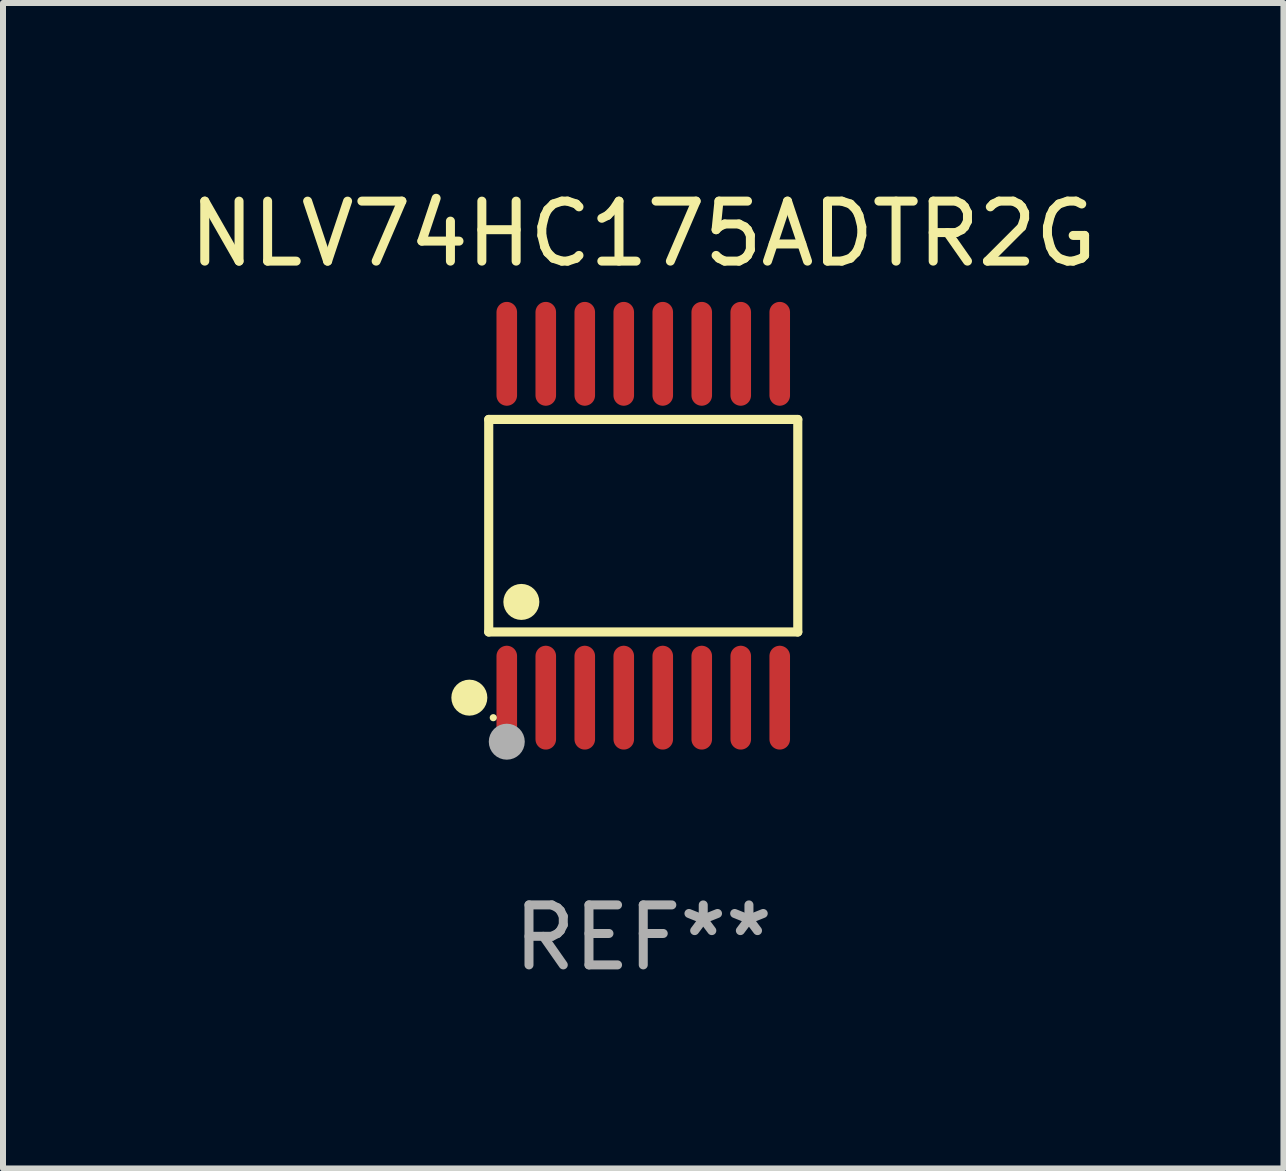
<source format=kicad_pcb>
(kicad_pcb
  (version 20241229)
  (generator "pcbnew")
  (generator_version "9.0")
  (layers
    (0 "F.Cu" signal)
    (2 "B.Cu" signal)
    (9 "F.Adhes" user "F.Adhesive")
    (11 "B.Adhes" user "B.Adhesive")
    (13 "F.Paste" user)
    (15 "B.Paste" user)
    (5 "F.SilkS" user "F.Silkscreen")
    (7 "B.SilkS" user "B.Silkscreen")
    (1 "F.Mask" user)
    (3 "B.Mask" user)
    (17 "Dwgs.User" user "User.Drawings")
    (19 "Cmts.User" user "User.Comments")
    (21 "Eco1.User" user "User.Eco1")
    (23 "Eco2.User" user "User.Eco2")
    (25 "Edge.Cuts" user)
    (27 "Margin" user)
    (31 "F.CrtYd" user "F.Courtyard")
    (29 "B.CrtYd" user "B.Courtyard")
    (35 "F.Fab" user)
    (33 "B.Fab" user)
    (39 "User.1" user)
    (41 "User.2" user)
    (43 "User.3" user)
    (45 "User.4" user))
  (footprint "NLV74HC175ADTR2G"
    (layer "F.Cu")
    (at 7.673 5.714)
    (property "Reference" "NLV74HC175ADTR2G" (at 0 -4.866 0) (layer "F.SilkS") (effects (font (size 1 1) (thickness 0.15))))
    (attr through_hole)
    (fp_line (start -2.576 -1.772) (end 2.576 -1.772) (stroke (width 0.152) (type solid)) (layer "F.SilkS"))
    (fp_line (start -2.576 1.771) (end -2.576 -1.772) (stroke (width 0.152) (type solid)) (layer "F.SilkS"))
    (fp_line (start 2.576 -1.772) (end 2.576 1.771) (stroke (width 0.152) (type solid)) (layer "F.SilkS"))
    (fp_line (start 2.576 1.771) (end -2.576 1.771) (stroke (width 0.152) (type solid)) (layer "F.SilkS"))
    (fp_circle (center -2.899 2.866) (end -2.749 2.866) (stroke (width 0.3) (type solid)) (fill no) (layer "F.SilkS"))
    (fp_circle (center -2.5 3.2) (end -2.47 3.2) (stroke (width 0.06) (type solid)) (fill no) (layer "F.SilkS"))
    (fp_circle (center -2.032 1.27) (end -1.882 1.27) (stroke (width 0.3) (type solid)) (fill no) (layer "F.SilkS"))
    (fp_circle (center -2.275 3.6) (end -2.125 3.6) (stroke (width 0.3) (type solid)) (fill no) (layer "F.Fab"))
    (fp_text user "REF**" (at 0 6.866 0) (layer "F.Fab") (effects (font (size 1 1) (thickness 0.15))))
    (pad "1" smd oval (at -2.275 2.866) (size 0.343 1.731) (layers "F.Cu" "F.Mask" "F.Paste"))
    (pad "2" smd oval (at -1.625 2.866) (size 0.343 1.731) (layers "F.Cu" "F.Mask" "F.Paste"))
    (pad "3" smd oval (at -0.975 2.866) (size 0.343 1.731) (layers "F.Cu" "F.Mask" "F.Paste"))
    (pad "4" smd oval (at -0.325 2.866) (size 0.343 1.731) (layers "F.Cu" "F.Mask" "F.Paste"))
    (pad "5" smd oval (at 0.325 2.866) (size 0.343 1.731) (layers "F.Cu" "F.Mask" "F.Paste"))
    (pad "6" smd oval (at 0.975 2.866) (size 0.343 1.731) (layers "F.Cu" "F.Mask" "F.Paste"))
    (pad "7" smd oval (at 1.625 2.866) (size 0.343 1.731) (layers "F.Cu" "F.Mask" "F.Paste"))
    (pad "8" smd oval (at 2.275 2.866) (size 0.343 1.731) (layers "F.Cu" "F.Mask" "F.Paste"))
    (pad "9" smd oval (at 2.275 -2.866) (size 0.343 1.731) (layers "F.Cu" "F.Mask" "F.Paste"))
    (pad "10" smd oval (at 1.625 -2.866) (size 0.343 1.731) (layers "F.Cu" "F.Mask" "F.Paste"))
    (pad "11" smd oval (at 0.975 -2.866) (size 0.343 1.731) (layers "F.Cu" "F.Mask" "F.Paste"))
    (pad "12" smd oval (at 0.325 -2.866) (size 0.343 1.731) (layers "F.Cu" "F.Mask" "F.Paste"))
    (pad "13" smd oval (at -0.325 -2.866) (size 0.343 1.731) (layers "F.Cu" "F.Mask" "F.Paste"))
    (pad "14" smd oval (at -0.975 -2.866) (size 0.343 1.731) (layers "F.Cu" "F.Mask" "F.Paste"))
    (pad "15" smd oval (at -1.625 -2.866) (size 0.343 1.731) (layers "F.Cu" "F.Mask" "F.Paste"))
    (pad "16" smd oval (at -2.275 -2.866) (size 0.343 1.731) (layers "F.Cu" "F.Mask" "F.Paste")))
  (gr_rect
    (start -3 -3)
    (end 18.345 16.428)
    (stroke (width 0.1) (type default))
    (fill no)
    (layer "Edge.Cuts")))
</source>
